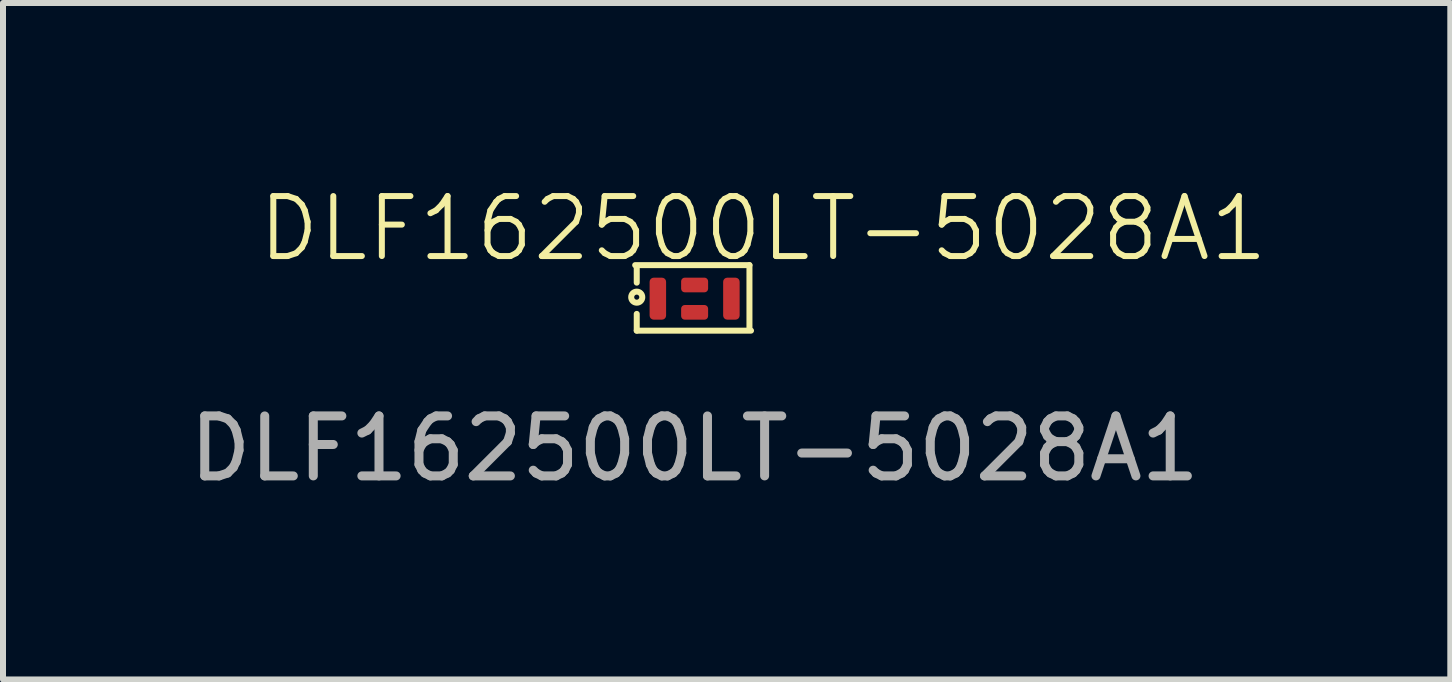
<source format=kicad_pcb>
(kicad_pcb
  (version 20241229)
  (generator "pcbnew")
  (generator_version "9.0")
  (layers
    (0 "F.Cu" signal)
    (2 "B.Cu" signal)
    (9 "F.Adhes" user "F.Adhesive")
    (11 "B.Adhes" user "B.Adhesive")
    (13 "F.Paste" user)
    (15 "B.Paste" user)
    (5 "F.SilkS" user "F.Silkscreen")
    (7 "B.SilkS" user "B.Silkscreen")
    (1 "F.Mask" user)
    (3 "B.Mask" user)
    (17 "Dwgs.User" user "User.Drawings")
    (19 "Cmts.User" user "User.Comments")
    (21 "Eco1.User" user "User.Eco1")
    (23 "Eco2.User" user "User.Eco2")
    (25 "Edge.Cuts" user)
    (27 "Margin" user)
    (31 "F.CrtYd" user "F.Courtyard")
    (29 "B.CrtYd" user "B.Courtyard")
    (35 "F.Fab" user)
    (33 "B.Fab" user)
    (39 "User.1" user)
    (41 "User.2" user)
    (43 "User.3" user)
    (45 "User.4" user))
  (footprint "DLF162500LT-5028A1"
    (layer "F.Cu")
    (at 8.53 1.929)
    (property "Reference" "DLF162500LT-5028A1" (at 1.143 -1.168 0) (unlocked yes) (layer "F.SilkS") (effects (font (size 1 1) (thickness 0.1))))
    (attr smd)
    (fp_line (start -0.991 -0.559) (end 0.914 -0.559) (stroke (width 0.1) (type default)) (layer "F.SilkS"))
    (fp_line (start -0.965 -0.267) (end -0.965 -0.546) (stroke (width 0.1) (type default)) (layer "F.SilkS"))
    (fp_line (start -0.965 0.533) (end -0.965 0.254) (stroke (width 0.1) (type default)) (layer "F.SilkS"))
    (fp_line (start 0.914 -0.559) (end 0.914 0.508) (stroke (width 0.1) (type default)) (layer "F.SilkS"))
    (fp_line (start 0.94 0.533) (end -0.965 0.533) (stroke (width 0.1) (type default)) (layer "F.SilkS"))
    (fp_circle (center -0.965 -0.025) (end -1.016 -0.102) (stroke (width 0.1) (type default)) (fill no) (layer "F.SilkS"))
    (fp_text user "${REFERENCE}" (at 0 2.5 0) (unlocked yes) (layer "F.Fab") (effects (font (size 1 1) (thickness 0.15))))
    (pad "1" smd roundrect (at -0.613 0) (size 0.275 0.7) (layers "F.Cu" "F.Mask" "F.Paste") (roundrect_rratio 0.25))
    (pad "2" smd roundrect (at 0 -0.228) (size 0.45 0.245) (layers "F.Cu" "F.Mask" "F.Paste") (roundrect_rratio 0.25))
    (pad "3" smd roundrect (at 0.613 0) (size 0.275 0.7) (layers "F.Cu" "F.Mask" "F.Paste") (roundrect_rratio 0.25))
    (pad "4" smd roundrect (at 0 0.228) (size 0.45 0.245) (layers "F.Cu" "F.Mask" "F.Paste") (roundrect_rratio 0.25)))
  (gr_rect
    (start -3 -3)
    (end 21.128 8.277)
    (stroke (width 0.1) (type default))
    (fill no)
    (layer "Edge.Cuts")))
</source>
